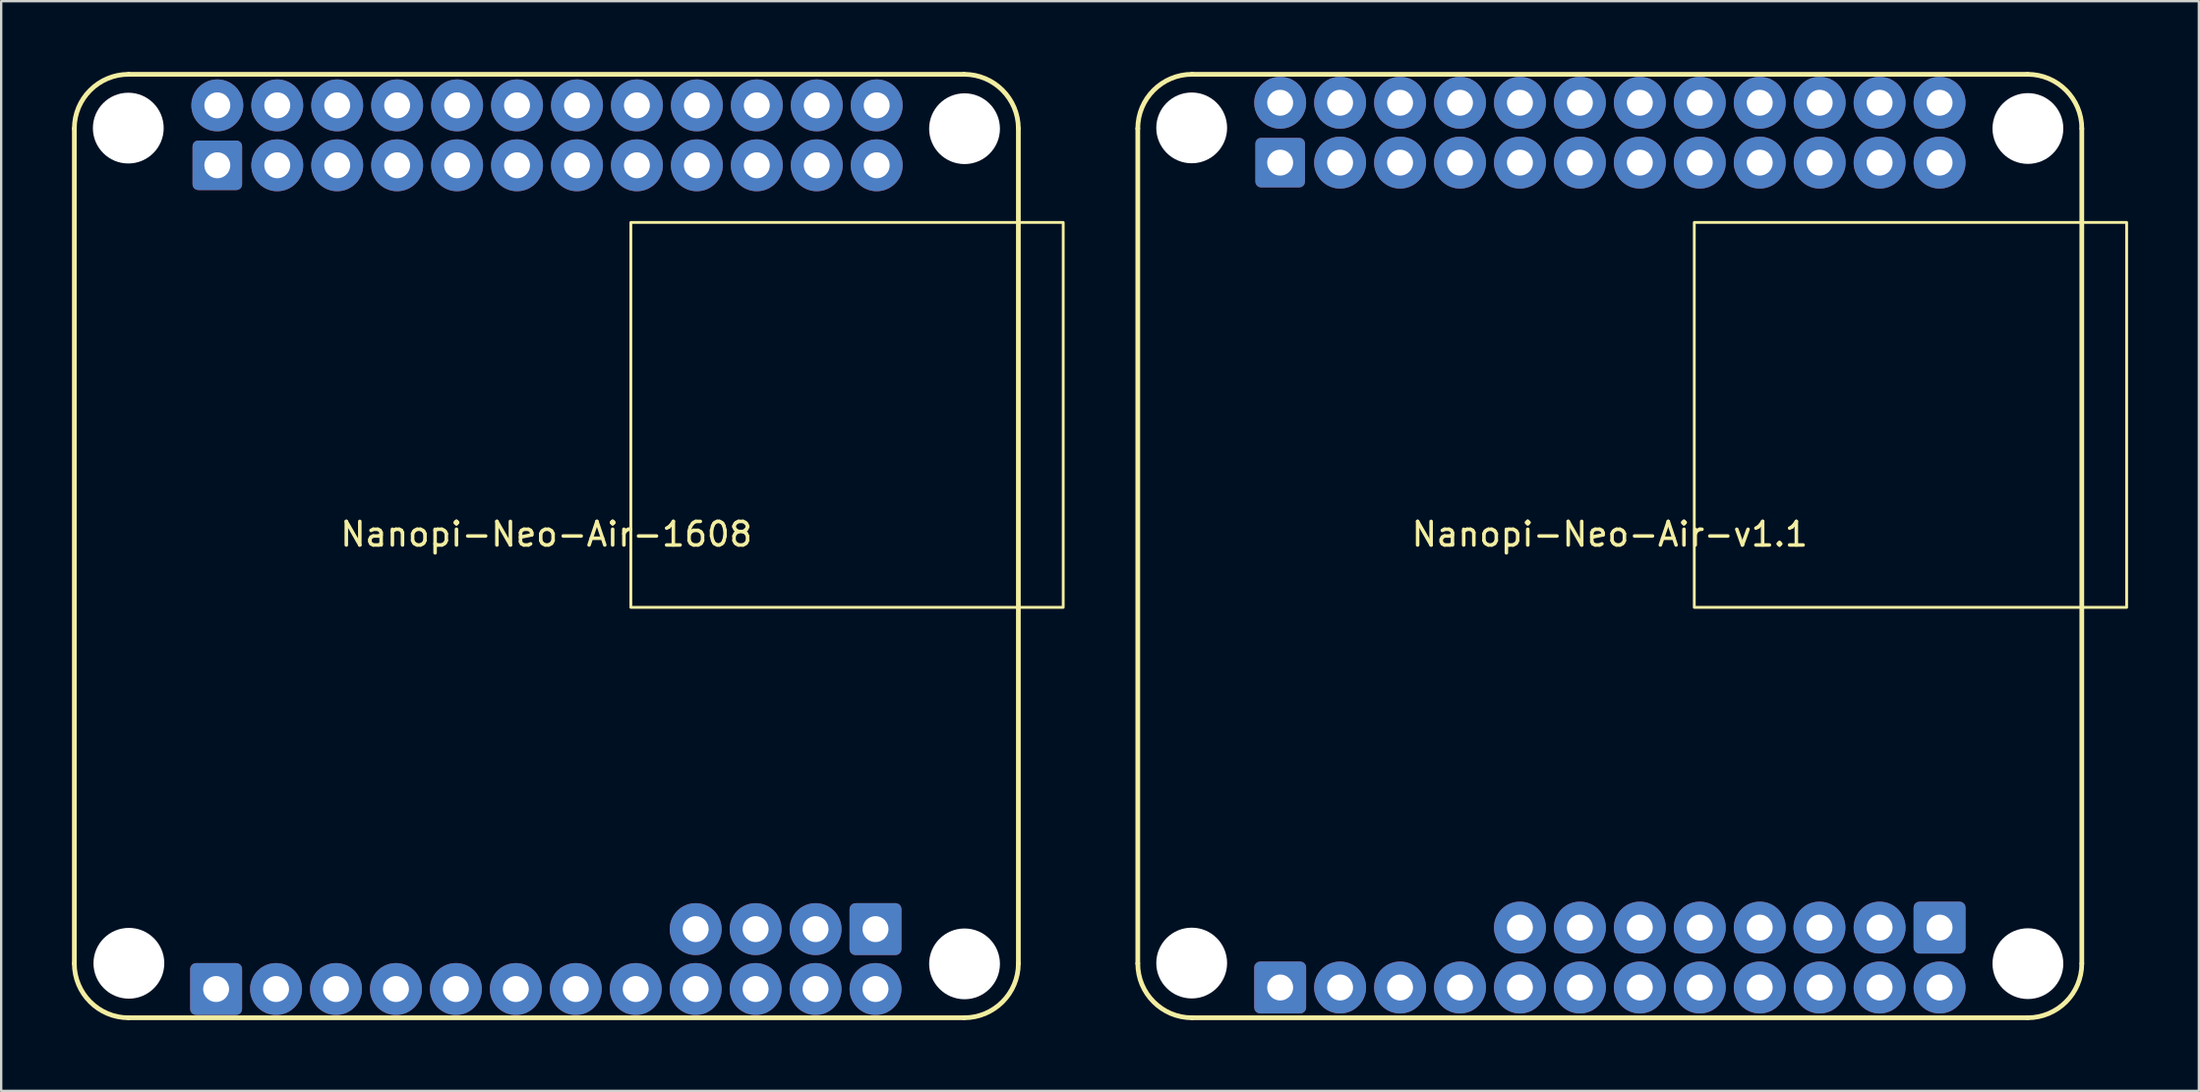
<source format=kicad_pcb>
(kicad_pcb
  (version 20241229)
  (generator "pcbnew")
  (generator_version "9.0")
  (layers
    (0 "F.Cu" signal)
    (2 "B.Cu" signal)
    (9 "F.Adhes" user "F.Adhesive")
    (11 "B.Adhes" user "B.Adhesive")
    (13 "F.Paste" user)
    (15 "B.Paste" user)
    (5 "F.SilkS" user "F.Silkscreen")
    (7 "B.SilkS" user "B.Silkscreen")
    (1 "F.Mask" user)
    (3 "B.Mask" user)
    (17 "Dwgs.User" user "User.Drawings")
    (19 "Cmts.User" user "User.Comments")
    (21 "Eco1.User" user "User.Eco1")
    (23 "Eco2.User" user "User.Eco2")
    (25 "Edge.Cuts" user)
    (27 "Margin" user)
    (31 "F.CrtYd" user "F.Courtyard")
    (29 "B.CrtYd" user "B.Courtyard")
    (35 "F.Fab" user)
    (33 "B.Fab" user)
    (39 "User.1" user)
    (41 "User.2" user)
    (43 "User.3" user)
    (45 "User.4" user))
  (footprint "Nanopi-Neo-Air-v1.1"
    (layer "F.Cu")
    (at 65.16 20.1)
    (property "Reference" "Nanopi-Neo-Air-v1.1" (at 0 -0.5 0) (unlocked yes) (layer "F.SilkS") (effects (font (size 1 1) (thickness 0.15))))
    (attr through_hole)
    (fp_line (start -20 -17.7) (end -20 17.7) (stroke (width 0.2) (type default)) (layer "F.SilkS"))
    (fp_line (start -17.7 -20) (end 17.7 -20) (stroke (width 0.2) (type default)) (layer "F.SilkS"))
    (fp_line (start -17.7 20) (end 17.7 20) (stroke (width 0.2) (type default)) (layer "F.SilkS"))
    (fp_line (start 20 -17.7) (end 20 17.7) (stroke (width 0.2) (type default)) (layer "F.SilkS"))
    (fp_rect (start 3.58 -13.72) (end 21.9 2.6) (stroke (width 0.12) (type default)) (fill no) (layer "F.SilkS"))
    (fp_arc (start -20 -17.7) (mid -19.326346 -19.326346) (end -17.7 -20) (stroke (width 0.2) (type default)) (layer "F.SilkS"))
    (fp_arc (start -17.7 20) (mid -19.326346 19.326346) (end -20 17.7) (stroke (width 0.2) (type default)) (layer "F.SilkS"))
    (fp_arc (start 17.7 -20) (mid 19.326346 -19.326346) (end 20 -17.7) (stroke (width 0.2) (type default)) (layer "F.SilkS"))
    (fp_arc (start 20 17.7) (mid 19.326346 19.326346) (end 17.7 20) (stroke (width 0.2) (type default)) (layer "F.SilkS"))
    (pad "" np_thru_hole circle (at -17.716 -17.728) (size 3 3) (drill 3) (layers "*.Cu" "*.Mask"))
    (pad "" np_thru_hole circle (at -17.716 17.68) (size 3 3) (drill 3) (layers "*.Cu" "*.Mask"))
    (pad "" np_thru_hole circle (at 17.716 -17.702) (size 3 3) (drill 3) (layers "*.Cu" "*.Mask"))
    (pad "" np_thru_hole circle (at 17.716 17.705) (size 3 3) (drill 3) (layers "*.Cu" "*.Mask"))
    (pad "1" thru_hole roundrect (at -13.967 -16.255) (size 2.1 2.1) (drill 1.1) (layers "*.Cu" "*.Mask") (roundrect_rratio 0.114))
    (pad "2" thru_hole circle (at -13.967 -18.794) (size 2.2 2.2) (drill 1.1) (layers "*.Cu" "*.Mask"))
    (pad "3" thru_hole circle (at -11.428 -16.255) (size 2.2 2.2) (drill 1.1) (layers "*.Cu" "*.Mask"))
    (pad "4" thru_hole circle (at -11.428 -18.794) (size 2.2 2.2) (drill 1.1) (layers "*.Cu" "*.Mask"))
    (pad "5" thru_hole circle (at -8.887 -16.255) (size 2.2 2.2) (drill 1.1) (layers "*.Cu" "*.Mask"))
    (pad "6" thru_hole circle (at -8.887 -18.794) (size 2.2 2.2) (drill 1.1) (layers "*.Cu" "*.Mask"))
    (pad "7" thru_hole circle (at -6.348 -16.255) (size 2.2 2.2) (drill 1.1) (layers "*.Cu" "*.Mask"))
    (pad "8" thru_hole circle (at -6.348 -18.794) (size 2.2 2.2) (drill 1.1) (layers "*.Cu" "*.Mask"))
    (pad "9" thru_hole circle (at -3.808 -16.255) (size 2.2 2.2) (drill 1.1) (layers "*.Cu" "*.Mask"))
    (pad "10" thru_hole circle (at -3.808 -18.794) (size 2.2 2.2) (drill 1.1) (layers "*.Cu" "*.Mask"))
    (pad "11" thru_hole circle (at -1.268 -16.255) (size 2.2 2.2) (drill 1.1) (layers "*.Cu" "*.Mask"))
    (pad "12" thru_hole circle (at -1.268 -18.794) (size 2.2 2.2) (drill 1.1) (layers "*.Cu" "*.Mask"))
    (pad "13" thru_hole circle (at 1.272 -16.255) (size 2.2 2.2) (drill 1.1) (layers "*.Cu" "*.Mask"))
    (pad "14" thru_hole circle (at 1.272 -18.794) (size 2.2 2.2) (drill 1.1) (layers "*.Cu" "*.Mask"))
    (pad "15" thru_hole circle (at 3.812 -16.255 90) (size 2.2 2.2) (drill 1.1) (layers "*.Cu" "*.Mask"))
    (pad "16" thru_hole circle (at 3.812 -18.794) (size 2.2 2.2) (drill 1.1) (layers "*.Cu" "*.Mask"))
    (pad "17" thru_hole circle (at 6.353 -16.255) (size 2.2 2.2) (drill 1.1) (layers "*.Cu" "*.Mask"))
    (pad "18" thru_hole circle (at 6.353 -18.794) (size 2.2 2.2) (drill 1.1) (layers "*.Cu" "*.Mask"))
    (pad "19" thru_hole circle (at 8.893 -16.255) (size 2.2 2.2) (drill 1.1) (layers "*.Cu" "*.Mask"))
    (pad "20" thru_hole circle (at 8.893 -18.794) (size 2.2 2.2) (drill 1.1) (layers "*.Cu" "*.Mask"))
    (pad "21" thru_hole circle (at 11.432 -16.255) (size 2.2 2.2) (drill 1.1) (layers "*.Cu" "*.Mask"))
    (pad "22" thru_hole circle (at 11.432 -18.794) (size 2.2 2.2) (drill 1.1) (layers "*.Cu" "*.Mask"))
    (pad "23" thru_hole circle (at 13.973 -16.255) (size 2.2 2.2) (drill 1.1) (layers "*.Cu" "*.Mask"))
    (pad "24" thru_hole circle (at 13.973 -18.794) (size 2.2 2.2) (drill 1.1) (layers "*.Cu" "*.Mask"))
    (pad "25" thru_hole roundrect (at -13.967 18.716) (size 2.2 2.2) (drill 1.1) (layers "*.Cu" "*.Mask") (roundrect_rratio 0.114))
    (pad "26" thru_hole circle (at -11.428 18.716) (size 2.2 2.2) (drill 1.1) (layers "*.Cu" "*.Mask"))
    (pad "27" thru_hole circle (at -8.887 18.716) (size 2.2 2.2) (drill 1.1) (layers "*.Cu" "*.Mask"))
    (pad "28" thru_hole circle (at -6.348 18.716) (size 2.2 2.2) (drill 1.1) (layers "*.Cu" "*.Mask"))
    (pad "29" thru_hole circle (at -3.808 18.716) (size 2.2 2.2) (drill 1.1) (layers "*.Cu" "*.Mask"))
    (pad "30" thru_hole circle (at -1.268 18.716) (size 2.2 2.2) (drill 1.1) (layers "*.Cu" "*.Mask"))
    (pad "31" thru_hole circle (at 1.272 18.716) (size 2.2 2.2) (drill 1.1) (layers "*.Cu" "*.Mask"))
    (pad "32" thru_hole circle (at 3.812 18.716) (size 2.2 2.2) (drill 1.1) (layers "*.Cu" "*.Mask"))
    (pad "33" thru_hole circle (at 6.353 18.716) (size 2.2 2.2) (drill 1.1) (layers "*.Cu" "*.Mask"))
    (pad "34" thru_hole circle (at 8.893 18.716) (size 2.2 2.2) (drill 1.1) (layers "*.Cu" "*.Mask"))
    (pad "35" thru_hole circle (at 11.432 18.716) (size 2.2 2.2) (drill 1.1) (layers "*.Cu" "*.Mask"))
    (pad "36" thru_hole circle (at 13.973 18.716) (size 2.2 2.2) (drill 1.1) (layers "*.Cu" "*.Mask"))
    (pad "37" thru_hole roundrect (at 13.973 16.176) (size 2.2 2.2) (drill 1.1) (layers "*.Cu" "*.Mask") (roundrect_rratio 0.114))
    (pad "38" thru_hole circle (at 11.432 16.176) (size 2.2 2.2) (drill 1.1) (layers "*.Cu" "*.Mask"))
    (pad "39" thru_hole circle (at 8.883 16.176) (size 2.2 2.2) (drill 1.1) (layers "*.Cu" "*.Mask"))
    (pad "40" thru_hole circle (at 6.353 16.176) (size 2.2 2.2) (drill 1.1) (layers "*.Cu" "*.Mask"))
    (pad "41" thru_hole circle (at 3.812 16.176) (size 2.2 2.2) (drill 1.1) (layers "*.Cu" "*.Mask"))
    (pad "42" thru_hole circle (at 1.272 16.176) (size 2.2 2.2) (drill 1.1) (layers "*.Cu" "*.Mask"))
    (pad "43" thru_hole circle (at -1.268 16.176) (size 2.2 2.2) (drill 1.1) (layers "*.Cu" "*.Mask"))
    (pad "44" thru_hole circle (at -3.808 16.176) (size 2.2 2.2) (drill 1.1) (layers "*.Cu" "*.Mask")))
  (footprint "Nanopi-Neo-Air-1608"
    (layer "F.Cu")
    (at 20.1 20.1)
    (property "Reference" "Nanopi-Neo-Air-1608" (at 0 -0.5 0) (unlocked yes) (layer "F.SilkS") (effects (font (size 1 1) (thickness 0.15))))
    (attr through_hole)
    (fp_line (start -20 -17.7) (end -20 17.7) (stroke (width 0.2) (type default)) (layer "F.SilkS"))
    (fp_line (start -17.7 -20) (end 17.7 -20) (stroke (width 0.2) (type default)) (layer "F.SilkS"))
    (fp_line (start -17.7 20) (end 17.7 20) (stroke (width 0.2) (type default)) (layer "F.SilkS"))
    (fp_line (start 20 -17.7) (end 20 17.7) (stroke (width 0.2) (type default)) (layer "F.SilkS"))
    (fp_rect (start 3.58 -13.72) (end 21.9 2.6) (stroke (width 0.12) (type default)) (fill no) (layer "F.SilkS"))
    (fp_arc (start -20 -17.7) (mid -19.326346 -19.326346) (end -17.7 -20) (stroke (width 0.2) (type default)) (layer "F.SilkS"))
    (fp_arc (start -17.7 20) (mid -19.326346 19.326346) (end -20 17.7) (stroke (width 0.2) (type default)) (layer "F.SilkS"))
    (fp_arc (start 17.7 -20) (mid 19.326346 -19.326346) (end 20 -17.7) (stroke (width 0.2) (type default)) (layer "F.SilkS"))
    (fp_arc (start 20 17.7) (mid 19.326346 19.326346) (end 17.7 20) (stroke (width 0.2) (type default)) (layer "F.SilkS"))
    (pad "" np_thru_hole circle (at -17.714 -17.719) (size 3 3) (drill 3) (layers "*.Cu" "*.Mask"))
    (pad "" np_thru_hole circle (at -17.689 17.689) (size 3 3) (drill 3) (layers "*.Cu" "*.Mask"))
    (pad "" np_thru_hole circle (at 17.719 -17.694) (size 3 3) (drill 3) (layers "*.Cu" "*.Mask"))
    (pad "" np_thru_hole circle (at 17.719 17.714) (size 3 3) (drill 3) (layers "*.Cu" "*.Mask"))
    (pad "1" thru_hole roundrect (at -13.942 -16.142) (size 2.1 2.1) (drill 1.1) (layers "*.Cu" "*.Mask") (roundrect_rratio 0.114))
    (pad "2" thru_hole circle (at -13.942 -18.683) (size 2.2 2.2) (drill 1.1) (layers "*.Cu" "*.Mask"))
    (pad "3" thru_hole circle (at -11.402 -16.142) (size 2.2 2.2) (drill 1.1) (layers "*.Cu" "*.Mask"))
    (pad "4" thru_hole circle (at -11.402 -18.683) (size 2.2 2.2) (drill 1.1) (layers "*.Cu" "*.Mask"))
    (pad "5" thru_hole circle (at -8.862 -16.142) (size 2.2 2.2) (drill 1.1) (layers "*.Cu" "*.Mask"))
    (pad "6" thru_hole circle (at -8.862 -18.683) (size 2.2 2.2) (drill 1.1) (layers "*.Cu" "*.Mask"))
    (pad "7" thru_hole circle (at -6.322 -16.142) (size 2.2 2.2) (drill 1.1) (layers "*.Cu" "*.Mask"))
    (pad "8" thru_hole circle (at -6.322 -18.683) (size 2.2 2.2) (drill 1.1) (layers "*.Cu" "*.Mask"))
    (pad "9" thru_hole circle (at -3.782 -16.142) (size 2.2 2.2) (drill 1.1) (layers "*.Cu" "*.Mask"))
    (pad "10" thru_hole circle (at -3.782 -18.683) (size 2.2 2.2) (drill 1.1) (layers "*.Cu" "*.Mask"))
    (pad "11" thru_hole circle (at -1.242 -16.142) (size 2.2 2.2) (drill 1.1) (layers "*.Cu" "*.Mask"))
    (pad "12" thru_hole circle (at -1.242 -18.683) (size 2.2 2.2) (drill 1.1) (layers "*.Cu" "*.Mask"))
    (pad "13" thru_hole circle (at 1.298 -16.142) (size 2.2 2.2) (drill 1.1) (layers "*.Cu" "*.Mask"))
    (pad "14" thru_hole circle (at 1.298 -18.683) (size 2.2 2.2) (drill 1.1) (layers "*.Cu" "*.Mask"))
    (pad "15" thru_hole circle (at 3.838 -16.142 90) (size 2.2 2.2) (drill 1.1) (layers "*.Cu" "*.Mask"))
    (pad "16" thru_hole circle (at 3.838 -18.683) (size 2.2 2.2) (drill 1.1) (layers "*.Cu" "*.Mask"))
    (pad "17" thru_hole circle (at 6.378 -16.142) (size 2.2 2.2) (drill 1.1) (layers "*.Cu" "*.Mask"))
    (pad "18" thru_hole circle (at 6.378 -18.683) (size 2.2 2.2) (drill 1.1) (layers "*.Cu" "*.Mask"))
    (pad "19" thru_hole circle (at 8.918 -16.142) (size 2.2 2.2) (drill 1.1) (layers "*.Cu" "*.Mask"))
    (pad "20" thru_hole circle (at 8.918 -18.683) (size 2.2 2.2) (drill 1.1) (layers "*.Cu" "*.Mask"))
    (pad "21" thru_hole circle (at 11.458 -16.142) (size 2.2 2.2) (drill 1.1) (layers "*.Cu" "*.Mask"))
    (pad "22" thru_hole circle (at 11.458 -18.683) (size 2.2 2.2) (drill 1.1) (layers "*.Cu" "*.Mask"))
    (pad "23" thru_hole circle (at 13.998 -16.142) (size 2.2 2.2) (drill 1.1) (layers "*.Cu" "*.Mask"))
    (pad "24" thru_hole circle (at 13.998 -18.683) (size 2.2 2.2) (drill 1.1) (layers "*.Cu" "*.Mask"))
    (pad "25" thru_hole roundrect (at -13.993 18.781) (size 2.2 2.2) (drill 1.1) (layers "*.Cu" "*.Mask") (roundrect_rratio 0.114))
    (pad "26" thru_hole circle (at -11.453 18.781) (size 2.2 2.2) (drill 1.1) (layers "*.Cu" "*.Mask"))
    (pad "27" thru_hole circle (at -8.913 18.781) (size 2.2 2.2) (drill 1.1) (layers "*.Cu" "*.Mask"))
    (pad "28" thru_hole circle (at -6.373 18.781) (size 2.2 2.2) (drill 1.1) (layers "*.Cu" "*.Mask"))
    (pad "29" thru_hole circle (at -3.833 18.781) (size 2.2 2.2) (drill 1.1) (layers "*.Cu" "*.Mask"))
    (pad "30" thru_hole circle (at -1.293 18.781) (size 2.2 2.2) (drill 1.1) (layers "*.Cu" "*.Mask"))
    (pad "31" thru_hole circle (at 1.247 18.781) (size 2.2 2.2) (drill 1.1) (layers "*.Cu" "*.Mask"))
    (pad "32" thru_hole circle (at 3.787 18.781) (size 2.2 2.2) (drill 1.1) (layers "*.Cu" "*.Mask"))
    (pad "33" thru_hole circle (at 6.327 18.781) (size 2.2 2.2) (drill 1.1) (layers "*.Cu" "*.Mask"))
    (pad "34" thru_hole circle (at 8.867 18.781) (size 2.2 2.2) (drill 1.1) (layers "*.Cu" "*.Mask"))
    (pad "35" thru_hole circle (at 11.407 18.781) (size 2.2 2.2) (drill 1.1) (layers "*.Cu" "*.Mask"))
    (pad "36" thru_hole circle (at 13.947 18.781) (size 2.2 2.2) (drill 1.1) (layers "*.Cu" "*.Mask"))
    (pad "37" thru_hole roundrect (at 13.947 16.241) (size 2.2 2.2) (drill 1.1) (layers "*.Cu" "*.Mask") (roundrect_rratio 0.114))
    (pad "38" thru_hole circle (at 11.407 16.241) (size 2.2 2.2) (drill 1.1) (layers "*.Cu" "*.Mask"))
    (pad "39" thru_hole circle (at 8.867 16.241) (size 2.2 2.2) (drill 1.1) (layers "*.Cu" "*.Mask"))
    (pad "40" thru_hole circle (at 6.327 16.241) (size 2.2 2.2) (drill 1.1) (layers "*.Cu" "*.Mask")))
  (gr_rect
    (start -3 -3)
    (end 90.12 43.2)
    (stroke (width 0.1) (type default))
    (fill no)
    (layer "Edge.Cuts")))
</source>
